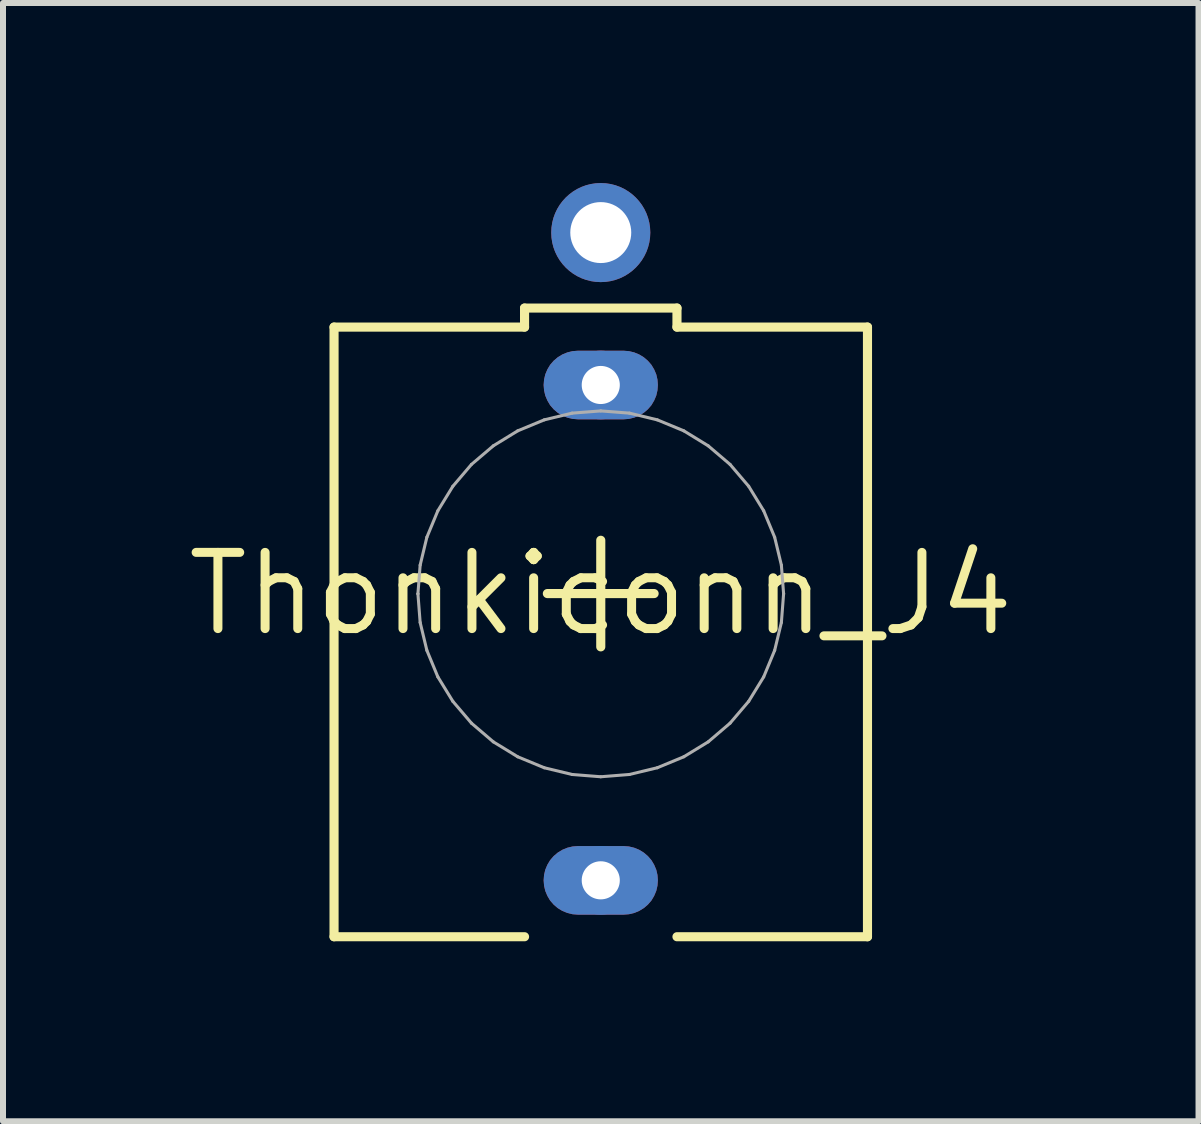
<source format=kicad_pcb>
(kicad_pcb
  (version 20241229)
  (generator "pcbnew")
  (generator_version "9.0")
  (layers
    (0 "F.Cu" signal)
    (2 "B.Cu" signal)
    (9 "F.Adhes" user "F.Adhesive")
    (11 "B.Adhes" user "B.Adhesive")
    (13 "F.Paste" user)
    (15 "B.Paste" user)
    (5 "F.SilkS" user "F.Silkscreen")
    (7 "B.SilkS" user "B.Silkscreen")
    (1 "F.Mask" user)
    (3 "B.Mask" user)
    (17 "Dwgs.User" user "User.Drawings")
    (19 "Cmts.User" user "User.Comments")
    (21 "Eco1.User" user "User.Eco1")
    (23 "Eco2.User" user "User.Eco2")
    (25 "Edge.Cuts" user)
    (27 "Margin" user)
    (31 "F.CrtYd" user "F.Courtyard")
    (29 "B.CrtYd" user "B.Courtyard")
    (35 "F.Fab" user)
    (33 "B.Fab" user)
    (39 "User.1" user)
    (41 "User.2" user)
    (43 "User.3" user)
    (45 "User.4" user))
  (footprint "Thonkiconn_J4"
    (layer "F.Cu")
    (at 6.962 6.846)
    (property "Reference" "Thonkiconn_J4" (at 0 0 0) (layer "F.SilkS") (effects (font (size 1.27 1.27) (thickness 0.15))))
    (fp_poly (pts (xy 0.47 -4.044) (xy 0.557 -4.023) (xy 0.64 -3.989) (xy 0.717 -3.942) (xy 0.785 -3.884) (xy 0.844 -3.816) (xy 0.89 -3.739) (xy 0.925 -3.656) (xy 0.945 -3.569) (xy 0.952 -3.48) (xy 0.945 -3.391) (xy 0.925 -3.304) (xy 0.89 -3.221) (xy 0.844 -3.143) (xy 0.785 -3.075) (xy 0.717 -3.017) (xy 0.64 -2.97) (xy 0.557 -2.936) (xy 0.47 -2.915) (xy 0.381 -2.908) (xy -0.381 -2.908) (xy -0.47 -2.915) (xy -0.557 -2.936) (xy -0.64 -2.97) (xy -0.717 -3.017) (xy -0.785 -3.075) (xy -0.844 -3.143) (xy -0.89 -3.221) (xy -0.925 -3.304) (xy -0.945 -3.391) (xy -0.952 -3.48) (xy -0.945 -3.569) (xy -0.925 -3.656) (xy -0.89 -3.739) (xy -0.844 -3.816) (xy -0.785 -3.884) (xy -0.717 -3.942) (xy -0.64 -3.989) (xy -0.557 -4.023) (xy -0.47 -4.044) (xy -0.381 -4.051) (xy 0.381 -4.051)) (stroke (width 0) (type default)) (fill yes) (layer "F.Cu"))
    (fp_poly (pts (xy 0.47 4.211) (xy 0.557 4.232) (xy 0.64 4.266) (xy 0.717 4.313) (xy 0.785 4.371) (xy 0.844 4.439) (xy 0.89 4.516) (xy 0.925 4.599) (xy 0.945 4.686) (xy 0.952 4.775) (xy 0.945 4.864) (xy 0.925 4.951) (xy 0.89 5.034) (xy 0.844 5.112) (xy 0.785 5.18) (xy 0.717 5.238) (xy 0.64 5.285) (xy 0.557 5.319) (xy 0.47 5.34) (xy 0.381 5.347) (xy -0.381 5.347) (xy -0.47 5.34) (xy -0.557 5.319) (xy -0.64 5.285) (xy -0.717 5.238) (xy -0.785 5.18) (xy -0.844 5.112) (xy -0.89 5.034) (xy -0.925 4.951) (xy -0.945 4.864) (xy -0.952 4.775) (xy -0.945 4.686) (xy -0.925 4.599) (xy -0.89 4.516) (xy -0.844 4.439) (xy -0.785 4.371) (xy -0.717 4.313) (xy -0.64 4.266) (xy -0.557 4.232) (xy -0.47 4.211) (xy -0.381 4.204) (xy 0.381 4.204)) (stroke (width 0) (type default)) (fill yes) (layer "F.Cu"))
    (fp_poly (pts (xy 0.486 -4.146) (xy 0.589 -4.121) (xy 0.687 -4.081) (xy 0.778 -4.025) (xy 0.858 -3.957) (xy 0.927 -3.876) (xy 0.982 -3.785) (xy 1.022 -3.688) (xy 1.047 -3.585) (xy 1.055 -3.48) (xy 1.047 -3.375) (xy 1.022 -3.272) (xy 0.982 -3.174) (xy 0.927 -3.083) (xy 0.858 -3.003) (xy 0.778 -2.934) (xy 0.687 -2.879) (xy 0.589 -2.839) (xy 0.486 -2.814) (xy 0.381 -2.806) (xy -0.381 -2.806) (xy -0.486 -2.814) (xy -0.589 -2.839) (xy -0.687 -2.879) (xy -0.778 -2.934) (xy -0.858 -3.003) (xy -0.927 -3.083) (xy -0.982 -3.174) (xy -1.022 -3.272) (xy -1.047 -3.375) (xy -1.055 -3.48) (xy -1.047 -3.585) (xy -1.022 -3.688) (xy -0.982 -3.785) (xy -0.927 -3.876) (xy -0.858 -3.957) (xy -0.778 -4.025) (xy -0.687 -4.081) (xy -0.589 -4.121) (xy -0.486 -4.146) (xy -0.381 -4.154) (xy 0.381 -4.154)) (stroke (width 0) (type default)) (fill yes) (layer "F.Mask"))
    (fp_poly (pts (xy 0.486 4.109) (xy 0.589 4.134) (xy 0.687 4.174) (xy 0.778 4.23) (xy 0.858 4.298) (xy 0.927 4.379) (xy 0.982 4.47) (xy 1.022 4.567) (xy 1.047 4.67) (xy 1.055 4.775) (xy 1.047 4.88) (xy 1.022 4.983) (xy 0.982 5.081) (xy 0.927 5.172) (xy 0.858 5.252) (xy 0.778 5.321) (xy 0.687 5.376) (xy 0.589 5.416) (xy 0.486 5.441) (xy 0.381 5.449) (xy -0.381 5.449) (xy -0.486 5.441) (xy -0.589 5.416) (xy -0.687 5.376) (xy -0.778 5.321) (xy -0.858 5.252) (xy -0.927 5.172) (xy -0.982 5.081) (xy -1.022 4.983) (xy -1.047 4.88) (xy -1.055 4.775) (xy -1.047 4.67) (xy -1.022 4.567) (xy -0.982 4.47) (xy -0.927 4.379) (xy -0.858 4.298) (xy -0.778 4.23) (xy -0.687 4.174) (xy -0.589 4.134) (xy -0.486 4.109) (xy -0.381 4.101) (xy 0.381 4.101)) (stroke (width 0) (type default)) (fill yes) (layer "F.Mask"))
    (fp_poly (pts (xy 0.47 -4.044) (xy 0.557 -4.023) (xy 0.64 -3.989) (xy 0.717 -3.942) (xy 0.785 -3.884) (xy 0.844 -3.816) (xy 0.89 -3.739) (xy 0.925 -3.656) (xy 0.945 -3.569) (xy 0.952 -3.48) (xy 0.945 -3.391) (xy 0.925 -3.304) (xy 0.89 -3.221) (xy 0.844 -3.143) (xy 0.785 -3.075) (xy 0.717 -3.017) (xy 0.64 -2.97) (xy 0.557 -2.936) (xy 0.47 -2.915) (xy 0.381 -2.908) (xy -0.381 -2.908) (xy -0.47 -2.915) (xy -0.557 -2.936) (xy -0.64 -2.97) (xy -0.717 -3.017) (xy -0.785 -3.075) (xy -0.844 -3.143) (xy -0.89 -3.221) (xy -0.925 -3.304) (xy -0.945 -3.391) (xy -0.952 -3.48) (xy -0.945 -3.569) (xy -0.925 -3.656) (xy -0.89 -3.739) (xy -0.844 -3.816) (xy -0.785 -3.884) (xy -0.717 -3.942) (xy -0.64 -3.989) (xy -0.557 -4.023) (xy -0.47 -4.044) (xy -0.381 -4.051) (xy 0.381 -4.051)) (stroke (width 0) (type default)) (fill yes) (layer "B.Cu"))
    (fp_poly (pts (xy 0.47 4.211) (xy 0.557 4.232) (xy 0.64 4.266) (xy 0.717 4.313) (xy 0.785 4.371) (xy 0.844 4.439) (xy 0.89 4.516) (xy 0.925 4.599) (xy 0.945 4.686) (xy 0.952 4.775) (xy 0.945 4.864) (xy 0.925 4.951) (xy 0.89 5.034) (xy 0.844 5.112) (xy 0.785 5.18) (xy 0.717 5.238) (xy 0.64 5.285) (xy 0.557 5.319) (xy 0.47 5.34) (xy 0.381 5.347) (xy -0.381 5.347) (xy -0.47 5.34) (xy -0.557 5.319) (xy -0.64 5.285) (xy -0.717 5.238) (xy -0.785 5.18) (xy -0.844 5.112) (xy -0.89 5.034) (xy -0.925 4.951) (xy -0.945 4.864) (xy -0.952 4.775) (xy -0.945 4.686) (xy -0.925 4.599) (xy -0.89 4.516) (xy -0.844 4.439) (xy -0.785 4.371) (xy -0.717 4.313) (xy -0.64 4.266) (xy -0.557 4.232) (xy -0.47 4.211) (xy -0.381 4.204) (xy 0.381 4.204)) (stroke (width 0) (type default)) (fill yes) (layer "B.Cu"))
    (fp_poly (pts (xy 0.486 -4.146) (xy 0.589 -4.121) (xy 0.687 -4.081) (xy 0.778 -4.025) (xy 0.858 -3.957) (xy 0.927 -3.876) (xy 0.982 -3.785) (xy 1.022 -3.688) (xy 1.047 -3.585) (xy 1.055 -3.48) (xy 1.047 -3.375) (xy 1.022 -3.272) (xy 0.982 -3.174) (xy 0.927 -3.083) (xy 0.858 -3.003) (xy 0.778 -2.934) (xy 0.687 -2.879) (xy 0.589 -2.839) (xy 0.486 -2.814) (xy 0.381 -2.806) (xy -0.381 -2.806) (xy -0.486 -2.814) (xy -0.589 -2.839) (xy -0.687 -2.879) (xy -0.778 -2.934) (xy -0.858 -3.003) (xy -0.927 -3.083) (xy -0.982 -3.174) (xy -1.022 -3.272) (xy -1.047 -3.375) (xy -1.055 -3.48) (xy -1.047 -3.585) (xy -1.022 -3.688) (xy -0.982 -3.785) (xy -0.927 -3.876) (xy -0.858 -3.957) (xy -0.778 -4.025) (xy -0.687 -4.081) (xy -0.589 -4.121) (xy -0.486 -4.146) (xy -0.381 -4.154) (xy 0.381 -4.154)) (stroke (width 0) (type default)) (fill yes) (layer "B.Mask"))
    (fp_poly (pts (xy 0.486 4.109) (xy 0.589 4.134) (xy 0.687 4.174) (xy 0.778 4.23) (xy 0.858 4.298) (xy 0.927 4.379) (xy 0.982 4.47) (xy 1.022 4.567) (xy 1.047 4.67) (xy 1.055 4.775) (xy 1.047 4.88) (xy 1.022 4.983) (xy 0.982 5.081) (xy 0.927 5.172) (xy 0.858 5.252) (xy 0.778 5.321) (xy 0.687 5.376) (xy 0.589 5.416) (xy 0.486 5.441) (xy 0.381 5.449) (xy -0.381 5.449) (xy -0.486 5.441) (xy -0.589 5.416) (xy -0.687 5.376) (xy -0.778 5.321) (xy -0.858 5.252) (xy -0.927 5.172) (xy -0.982 5.081) (xy -1.022 4.983) (xy -1.047 4.88) (xy -1.055 4.775) (xy -1.047 4.67) (xy -1.022 4.567) (xy -0.982 4.47) (xy -0.927 4.379) (xy -0.858 4.298) (xy -0.778 4.23) (xy -0.687 4.174) (xy -0.589 4.134) (xy -0.486 4.109) (xy -0.381 4.101) (xy 0.381 4.101)) (stroke (width 0) (type default)) (fill yes) (layer "B.Mask"))
    (fp_line (start -4.445 -4.445) (end -4.445 5.715) (stroke (width 0.152) (type solid)) (layer "F.SilkS"))
    (fp_line (start -1.27 -4.762) (end 1.27 -4.762) (stroke (width 0.152) (type solid)) (layer "F.SilkS"))
    (fp_line (start -1.27 -4.445) (end -4.445 -4.445) (stroke (width 0.152) (type solid)) (layer "F.SilkS"))
    (fp_line (start -1.27 -4.445) (end -1.27 -4.762) (stroke (width 0.152) (type solid)) (layer "F.SilkS"))
    (fp_line (start -1.27 5.715) (end -4.445 5.715) (stroke (width 0.152) (type solid)) (layer "F.SilkS"))
    (fp_line (start -0.89 -0.004) (end 0.889 -0.004) (stroke (width 0.152) (type solid)) (layer "F.SilkS"))
    (fp_line (start 0 0.884) (end 0 -0.892) (stroke (width 0.152) (type solid)) (layer "F.SilkS"))
    (fp_line (start 1.27 -4.762) (end 1.27 -4.445) (stroke (width 0.152) (type solid)) (layer "F.SilkS"))
    (fp_line (start 1.27 -4.445) (end 4.445 -4.445) (stroke (width 0.152) (type solid)) (layer "F.SilkS"))
    (fp_line (start 1.27 5.715) (end 4.445 5.715) (stroke (width 0.152) (type solid)) (layer "F.SilkS"))
    (fp_line (start 4.445 5.715) (end 4.445 -4.445) (stroke (width 0.152) (type solid)) (layer "F.SilkS"))
    (fp_line (start -3.047 -0.001) (end -3.047 0.001) (stroke (width 0.051) (type solid)) (layer "F.Fab"))
    (fp_line (start -3.047 0.001) (end -3.01 0.478) (stroke (width 0.051) (type solid)) (layer "F.Fab"))
    (fp_line (start -3.01 -0.478) (end -3.047 -0.001) (stroke (width 0.051) (type solid)) (layer "F.Fab"))
    (fp_line (start -3.01 0.478) (end -2.898 0.943) (stroke (width 0.051) (type solid)) (layer "F.Fab"))
    (fp_line (start -2.898 -0.943) (end -3.01 -0.478) (stroke (width 0.051) (type solid)) (layer "F.Fab"))
    (fp_line (start -2.898 0.943) (end -2.715 1.385) (stroke (width 0.051) (type solid)) (layer "F.Fab"))
    (fp_line (start -2.715 -1.384) (end -2.898 -0.943) (stroke (width 0.051) (type solid)) (layer "F.Fab"))
    (fp_line (start -2.715 1.385) (end -2.465 1.792) (stroke (width 0.051) (type solid)) (layer "F.Fab"))
    (fp_line (start -2.465 -1.792) (end -2.715 -1.384) (stroke (width 0.051) (type solid)) (layer "F.Fab"))
    (fp_line (start -2.465 1.792) (end -2.155 2.156) (stroke (width 0.051) (type solid)) (layer "F.Fab"))
    (fp_line (start -2.155 -2.156) (end -2.465 -1.792) (stroke (width 0.051) (type solid)) (layer "F.Fab"))
    (fp_line (start -2.155 2.156) (end -1.791 2.467) (stroke (width 0.051) (type solid)) (layer "F.Fab"))
    (fp_line (start -1.791 -2.466) (end -2.155 -2.156) (stroke (width 0.051) (type solid)) (layer "F.Fab"))
    (fp_line (start -1.791 2.467) (end -1.384 2.716) (stroke (width 0.051) (type solid)) (layer "F.Fab"))
    (fp_line (start -1.384 -2.716) (end -1.791 -2.466) (stroke (width 0.051) (type solid)) (layer "F.Fab"))
    (fp_line (start -1.384 2.716) (end -0.942 2.899) (stroke (width 0.051) (type solid)) (layer "F.Fab"))
    (fp_line (start -0.942 -2.899) (end -1.384 -2.716) (stroke (width 0.051) (type solid)) (layer "F.Fab"))
    (fp_line (start -0.942 2.899) (end -0.477 3.011) (stroke (width 0.051) (type solid)) (layer "F.Fab"))
    (fp_line (start -0.477 -3.011) (end -0.942 -2.899) (stroke (width 0.051) (type solid)) (layer "F.Fab"))
    (fp_line (start -0.477 3.011) (end 0 3.049) (stroke (width 0.051) (type solid)) (layer "F.Fab"))
    (fp_line (start 0 -3.048) (end -0.477 -3.011) (stroke (width 0.051) (type solid)) (layer "F.Fab"))
    (fp_line (start 0 3.049) (end 0.477 3.011) (stroke (width 0.051) (type solid)) (layer "F.Fab"))
    (fp_line (start 0.477 -3.011) (end 0 -3.048) (stroke (width 0.051) (type solid)) (layer "F.Fab"))
    (fp_line (start 0.477 3.011) (end 0.942 2.899) (stroke (width 0.051) (type solid)) (layer "F.Fab"))
    (fp_line (start 0.942 -2.899) (end 0.477 -3.011) (stroke (width 0.051) (type solid)) (layer "F.Fab"))
    (fp_line (start 0.942 2.899) (end 1.384 2.716) (stroke (width 0.051) (type solid)) (layer "F.Fab"))
    (fp_line (start 1.384 -2.716) (end 0.942 -2.899) (stroke (width 0.051) (type solid)) (layer "F.Fab"))
    (fp_line (start 1.384 2.716) (end 1.791 2.467) (stroke (width 0.051) (type solid)) (layer "F.Fab"))
    (fp_line (start 1.791 -2.466) (end 1.384 -2.716) (stroke (width 0.051) (type solid)) (layer "F.Fab"))
    (fp_line (start 1.791 2.467) (end 2.155 2.156) (stroke (width 0.051) (type solid)) (layer "F.Fab"))
    (fp_line (start 2.155 -2.156) (end 1.791 -2.466) (stroke (width 0.051) (type solid)) (layer "F.Fab"))
    (fp_line (start 2.155 2.156) (end 2.465 1.792) (stroke (width 0.051) (type solid)) (layer "F.Fab"))
    (fp_line (start 2.465 -1.792) (end 2.155 -2.156) (stroke (width 0.051) (type solid)) (layer "F.Fab"))
    (fp_line (start 2.465 1.792) (end 2.715 1.385) (stroke (width 0.051) (type solid)) (layer "F.Fab"))
    (fp_line (start 2.715 -1.384) (end 2.465 -1.792) (stroke (width 0.051) (type solid)) (layer "F.Fab"))
    (fp_line (start 2.715 1.385) (end 2.898 0.943) (stroke (width 0.051) (type solid)) (layer "F.Fab"))
    (fp_line (start 2.898 -0.943) (end 2.715 -1.384) (stroke (width 0.051) (type solid)) (layer "F.Fab"))
    (fp_line (start 2.898 0.943) (end 3.01 0.478) (stroke (width 0.051) (type solid)) (layer "F.Fab"))
    (fp_line (start 3.01 -0.478) (end 2.898 -0.943) (stroke (width 0.051) (type solid)) (layer "F.Fab"))
    (fp_line (start 3.01 0.478) (end 3.047 0.001) (stroke (width 0.051) (type solid)) (layer "F.Fab"))
    (fp_line (start 3.047 -0.001) (end 3.01 -0.478) (stroke (width 0.051) (type solid)) (layer "F.Fab"))
    (fp_line (start 3.047 0.001) (end 3.047 -0.001) (stroke (width 0.051) (type solid)) (layer "F.Fab"))
    (pad "1" thru_hole circle (at 0 -3.48) (size 1.143 1.143) (drill 0.635) (layers "*.Cu"))
    (pad "2" thru_hole circle (at 0 4.775) (size 1.143 1.143) (drill 0.635) (layers "*.Cu"))
    (pad "3" thru_hole circle (at 0 -6.02) (size 1.651 1.651) (drill 1.016) (layers "*.Cu" "*.Mask"))
    (zone (net_name "") (layer "F.Cu") (hatch edge 0.5) (connect_pads) (min_thickness 0.25) (filled_areas_thickness no) (keepout (tracks not_allowed) (vias not_allowed) (pads not_allowed) (copperpour not_allowed) (footprints allowed)) (placement (enabled no)) (fill) (polygon (pts (xy 8.204 6.845) (xy 8.184 6.623) (xy 8.125 6.408) (xy 8.028 6.207) (xy 7.897 6.027) (xy 7.736 5.873) (xy 7.551 5.751) (xy 7.346 5.663) (xy 7.129 5.614) (xy 6.906 5.604) (xy 6.686 5.634) (xy 6.474 5.702) (xy 6.278 5.808) (xy 6.104 5.947) (xy 5.957 6.114) (xy 5.843 6.306) (xy 5.765 6.514) (xy 5.725 6.733) (xy 5.725 6.956) (xy 5.765 7.175) (xy 5.843 7.383) (xy 5.957 7.575) (xy 6.104 7.742) (xy 6.278 7.881) (xy 6.474 7.987) (xy 6.686 8.055) (xy 6.906 8.085) (xy 7.129 8.075) (xy 7.346 8.026) (xy 7.551 7.938) (xy 7.736 7.816) (xy 7.897 7.662) (xy 8.028 7.482) (xy 8.125 7.281) (xy 8.184 7.066))) (polygon (pts (xy 7.954 6.845) (xy 7.934 6.645) (xy 7.874 6.453) (xy 7.776 6.278) (xy 7.646 6.126) (xy 7.487 6.003) (xy 7.307 5.914) (xy 7.112 5.864) (xy 6.912 5.854) (xy 6.713 5.884) (xy 6.525 5.954) (xy 6.355 6.06) (xy 6.209 6.198) (xy 6.095 6.363) (xy 6.016 6.548) (xy 5.975 6.744) (xy 5.975 6.945) (xy 6.016 7.141) (xy 6.095 7.326) (xy 6.209 7.491) (xy 6.355 7.629) (xy 6.525 7.735) (xy 6.713 7.805) (xy 6.912 7.835) (xy 7.112 7.825) (xy 7.307 7.775) (xy 7.487 7.686) (xy 7.646 7.563) (xy 7.776 7.411) (xy 7.874 7.236) (xy 7.934 7.044)))))
  (gr_rect
    (start -3 -3)
    (end 16.924 15.636)
    (stroke (width 0.1) (type default))
    (fill no)
    (layer "Edge.Cuts")))
</source>
